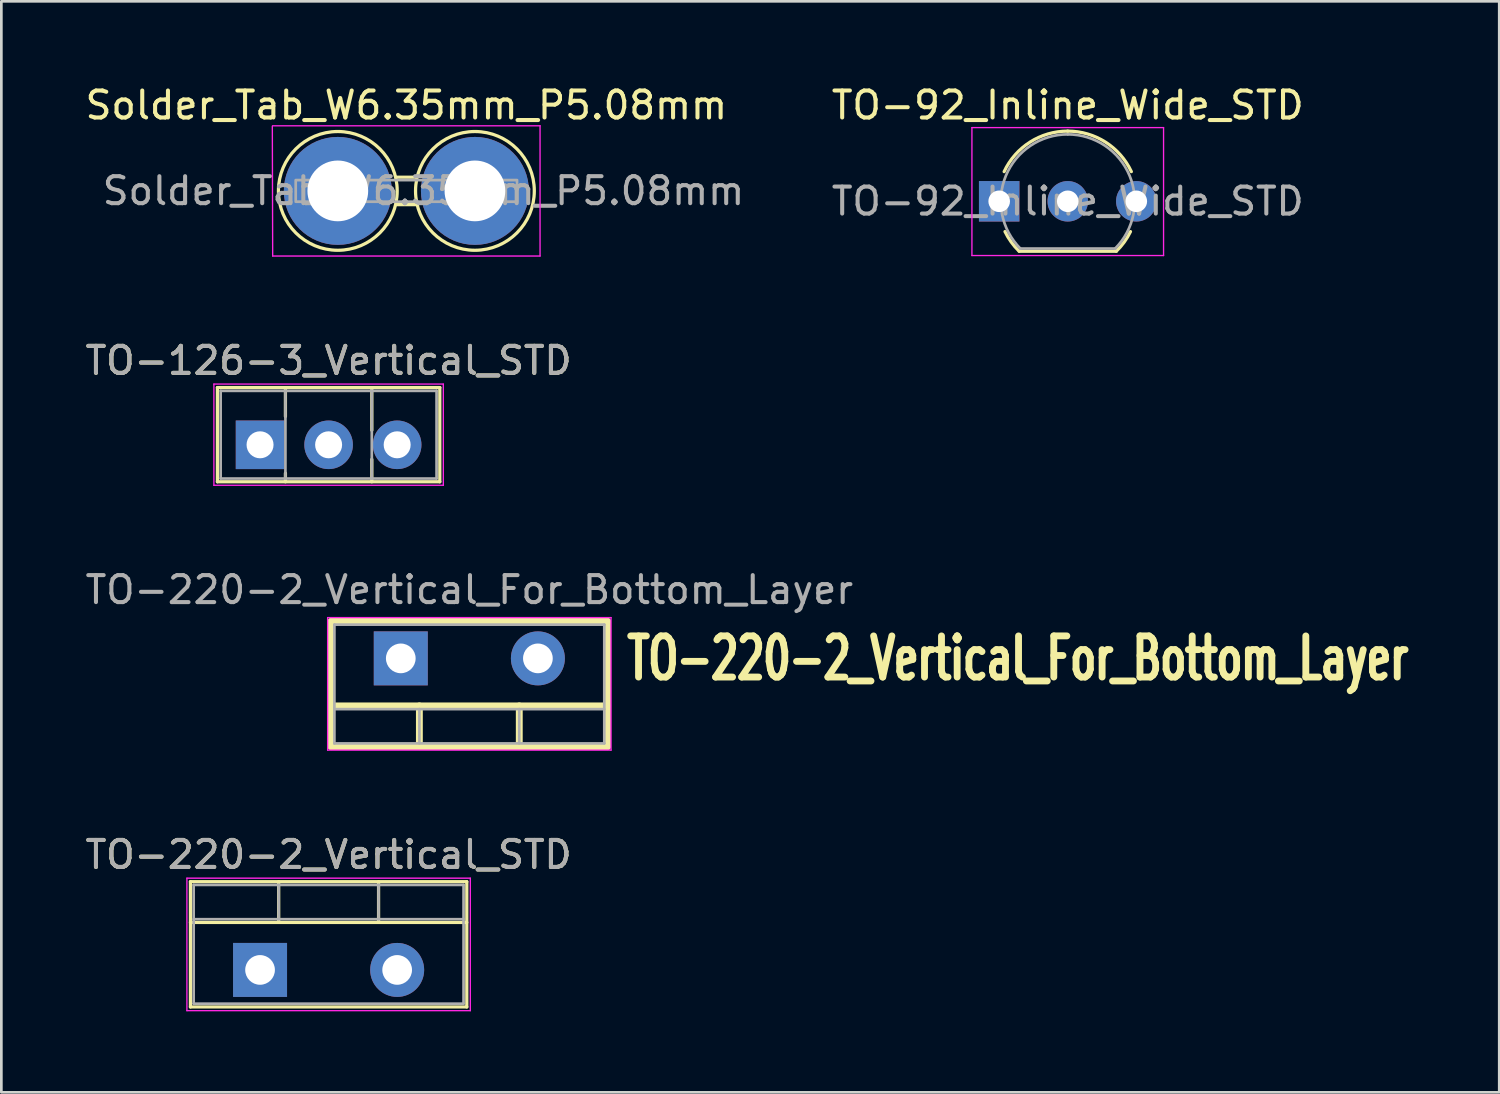
<source format=kicad_pcb>
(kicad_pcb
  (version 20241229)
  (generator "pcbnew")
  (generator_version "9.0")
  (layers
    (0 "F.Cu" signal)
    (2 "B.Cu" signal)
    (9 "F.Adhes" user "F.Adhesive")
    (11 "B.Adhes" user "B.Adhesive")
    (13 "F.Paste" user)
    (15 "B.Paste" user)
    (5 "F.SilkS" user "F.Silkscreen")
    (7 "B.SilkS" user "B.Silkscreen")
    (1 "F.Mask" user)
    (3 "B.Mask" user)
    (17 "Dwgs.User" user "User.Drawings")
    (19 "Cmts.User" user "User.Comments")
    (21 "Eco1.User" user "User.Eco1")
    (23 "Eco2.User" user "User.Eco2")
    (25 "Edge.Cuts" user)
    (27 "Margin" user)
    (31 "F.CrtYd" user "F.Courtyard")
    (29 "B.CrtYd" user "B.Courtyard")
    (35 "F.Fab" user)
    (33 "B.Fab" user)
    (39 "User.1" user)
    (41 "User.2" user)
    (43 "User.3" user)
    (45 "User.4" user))
  (footprint "TO-92_Inline_Wide_STD"
    (layer "F.Cu")
    (at 33.97 4.408)
    (property "Reference" "TO-92_Inline_Wide_STD" (at 2.54 -3.56 0) (layer "F.SilkS") (effects (font (size 1 1) (thickness 0.15))))
    (attr through_hole)
    (fp_line (start 0.74 1.85) (end 4.34 1.85) (stroke (width 0.12) (type solid)) (layer "F.SilkS"))
    (fp_arc (start 0.1836 -1.098807) (mid 1.143021 -2.192817) (end 2.54 -2.6) (stroke (width 0.12) (type solid)) (layer "F.SilkS"))
    (fp_arc (start 0.74 1.85) (mid 0.446097 1.509328) (end 0.215816 1.122795) (stroke (width 0.12) (type solid)) (layer "F.SilkS"))
    (fp_arc (start 2.54 -2.6) (mid 3.936979 -2.192818) (end 4.8964 -1.098807) (stroke (width 0.12) (type solid)) (layer "F.SilkS"))
    (fp_arc (start 4.864184 1.122795) (mid 4.633903 1.509328) (end 4.34 1.85) (stroke (width 0.12) (type solid)) (layer "F.SilkS"))
    (fp_line (start -1.01 -2.73) (end -1.01 2.01) (stroke (width 0.05) (type solid)) (layer "F.CrtYd"))
    (fp_line (start -1.01 -2.73) (end 6.09 -2.73) (stroke (width 0.05) (type solid)) (layer "F.CrtYd"))
    (fp_line (start 6.09 2.01) (end -1.01 2.01) (stroke (width 0.05) (type solid)) (layer "F.CrtYd"))
    (fp_line (start 6.09 2.01) (end 6.09 -2.73) (stroke (width 0.05) (type solid)) (layer "F.CrtYd"))
    (fp_line (start 0.8 1.75) (end 4.3 1.75) (stroke (width 0.1) (type solid)) (layer "F.Fab"))
    (fp_arc (start 0.786375 1.753625) (mid 0.248779 -0.949055) (end 2.54 -2.48) (stroke (width 0.1) (type solid)) (layer "F.Fab"))
    (fp_arc (start 2.54 -2.48) (mid 4.831221 -0.949055) (end 4.293625 1.753625) (stroke (width 0.1) (type solid)) (layer "F.Fab"))
    (fp_text user "${REFERENCE}" (at 2.54 0 0) (layer "F.Fab") (effects (font (size 1 1) (thickness 0.15))))
    (pad "1" thru_hole circle (at 5.08 0) (size 1.5 1.5) (drill 0.8) (layers "*.Cu" "*.Mask"))
    (pad "2" thru_hole circle (at 2.54 0) (size 1.5 1.5) (drill 0.8) (layers "*.Cu" "*.Mask"))
    (pad "3" thru_hole rect (at 0 0) (size 1.5 1.5) (drill 0.8) (layers "*.Cu" "*.Mask")))
  (footprint "TO-220-2_Vertical_STD"
    (layer "F.Cu")
    (at 6.585 32.886)
    (property "Reference" "TO-220-2_Vertical_STD" (at 2.54 -4.27 0) (layer "F.SilkS") (effects (font (size 1 1) (thickness 0.15))))
    (attr through_hole)
    (fp_line (start -2.58 -3.27) (end -2.58 1.371) (stroke (width 0.12) (type solid)) (layer "F.SilkS"))
    (fp_line (start -2.58 -3.27) (end 7.66 -3.27) (stroke (width 0.12) (type solid)) (layer "F.SilkS"))
    (fp_line (start -2.58 -1.76) (end 7.66 -1.76) (stroke (width 0.12) (type solid)) (layer "F.SilkS"))
    (fp_line (start -2.58 1.371) (end 7.66 1.371) (stroke (width 0.12) (type solid)) (layer "F.SilkS"))
    (fp_line (start 0.69 -3.27) (end 0.69 -1.76) (stroke (width 0.12) (type solid)) (layer "F.SilkS"))
    (fp_line (start 4.391 -3.27) (end 4.391 -1.76) (stroke (width 0.12) (type solid)) (layer "F.SilkS"))
    (fp_line (start 7.66 -3.27) (end 7.66 1.371) (stroke (width 0.12) (type solid)) (layer "F.SilkS"))
    (fp_line (start -2.71 -3.4) (end -2.71 1.51) (stroke (width 0.05) (type solid)) (layer "F.CrtYd"))
    (fp_line (start -2.71 1.51) (end 7.79 1.51) (stroke (width 0.05) (type solid)) (layer "F.CrtYd"))
    (fp_line (start 7.79 -3.4) (end -2.71 -3.4) (stroke (width 0.05) (type solid)) (layer "F.CrtYd"))
    (fp_line (start 7.79 1.51) (end 7.79 -3.4) (stroke (width 0.05) (type solid)) (layer "F.CrtYd"))
    (fp_line (start -2.46 -3.15) (end -2.46 1.25) (stroke (width 0.1) (type solid)) (layer "F.Fab"))
    (fp_line (start -2.46 -1.88) (end 7.54 -1.88) (stroke (width 0.1) (type solid)) (layer "F.Fab"))
    (fp_line (start -2.46 1.25) (end 7.54 1.25) (stroke (width 0.1) (type solid)) (layer "F.Fab"))
    (fp_line (start 0.69 -3.15) (end 0.69 -1.88) (stroke (width 0.1) (type solid)) (layer "F.Fab"))
    (fp_line (start 4.39 -3.15) (end 4.39 -1.88) (stroke (width 0.1) (type solid)) (layer "F.Fab"))
    (fp_line (start 7.54 -3.15) (end -2.46 -3.15) (stroke (width 0.1) (type solid)) (layer "F.Fab"))
    (fp_line (start 7.54 1.25) (end 7.54 -3.15) (stroke (width 0.1) (type solid)) (layer "F.Fab"))
    (fp_text user "${REFERENCE}" (at 2.54 -4.27 0) (layer "F.Fab") (effects (font (size 1 1) (thickness 0.15))))
    (pad "1" thru_hole rect (at 0 0) (size 2 2) (drill 1.1) (layers "*.Cu" "*.Mask"))
    (pad "2" thru_hole oval (at 5.08 0) (size 2 2) (drill 1.1) (layers "*.Cu" "*.Mask")))
  (footprint "TO-220-2_Vertical_For_Bottom_Layer"
    (layer "F.Cu")
    (at 11.799 21.343)
    (property "Reference" "TO-220-2_Vertical_For_Bottom_Layer" (at 8.255 0 0) (layer "F.SilkS") (effects (font (size 1.524 1.016) (thickness 0.254)) (justify left)))
    (attr through_hole)
    (fp_line (start -2.58 3.27) (end -2.58 -1.371) (stroke (width 0.254) (type solid)) (layer "F.SilkS"))
    (fp_line (start 0.689 3.27) (end 0.689 1.76) (stroke (width 0.254) (type solid)) (layer "F.SilkS"))
    (fp_line (start 4.39 3.27) (end 4.39 1.76) (stroke (width 0.254) (type solid)) (layer "F.SilkS"))
    (fp_line (start 7.66 -1.371) (end -2.58 -1.371) (stroke (width 0.254) (type solid)) (layer "F.SilkS"))
    (fp_line (start 7.66 1.76) (end -2.58 1.76) (stroke (width 0.254) (type solid)) (layer "F.SilkS"))
    (fp_line (start 7.66 3.27) (end -2.58 3.27) (stroke (width 0.254) (type solid)) (layer "F.SilkS"))
    (fp_line (start 7.66 3.27) (end 7.66 -1.371) (stroke (width 0.254) (type solid)) (layer "F.SilkS"))
    (fp_line (start -2.71 -1.51) (end -2.71 3.4) (stroke (width 0.05) (type solid)) (layer "F.CrtYd"))
    (fp_line (start -2.71 3.4) (end 7.79 3.4) (stroke (width 0.05) (type solid)) (layer "F.CrtYd"))
    (fp_line (start 7.79 -1.51) (end -2.71 -1.51) (stroke (width 0.05) (type solid)) (layer "F.CrtYd"))
    (fp_line (start 7.79 3.4) (end 7.79 -1.51) (stroke (width 0.05) (type solid)) (layer "F.CrtYd"))
    (fp_line (start -2.46 -1.25) (end -2.46 3.15) (stroke (width 0.1) (type solid)) (layer "F.Fab"))
    (fp_line (start -2.46 3.15) (end 7.54 3.15) (stroke (width 0.1) (type solid)) (layer "F.Fab"))
    (fp_line (start 0.69 3.15) (end 0.69 1.88) (stroke (width 0.1) (type solid)) (layer "F.Fab"))
    (fp_line (start 4.39 3.15) (end 4.39 1.88) (stroke (width 0.1) (type solid)) (layer "F.Fab"))
    (fp_line (start 7.54 -1.25) (end -2.46 -1.25) (stroke (width 0.1) (type solid)) (layer "F.Fab"))
    (fp_line (start 7.54 1.88) (end -2.46 1.88) (stroke (width 0.1) (type solid)) (layer "F.Fab"))
    (fp_line (start 7.54 3.15) (end 7.54 -1.25) (stroke (width 0.1) (type solid)) (layer "F.Fab"))
    (fp_text user "${REFERENCE}" (at 2.54 -2.54 0) (layer "F.Fab") (effects (font (size 1 1) (thickness 0.15))))
    (pad "1" thru_hole oval (at 5.08 0 180) (size 2 2) (drill 1.1) (layers "*.Cu" "*.Mask"))
    (pad "2" thru_hole rect (at 0 0 180) (size 2 2) (drill 1.1) (layers "*.Cu" "*.Mask")))
  (footprint "TO-126-3_Vertical_STD"
    (layer "F.Cu")
    (at 6.585 13.43)
    (property "Reference" "TO-126-3_Vertical_STD" (at 2.54 -3.12 0) (layer "F.SilkS") (effects (font (size 1 1) (thickness 0.15))))
    (attr through_hole)
    (fp_line (start -1.58 -2.12) (end -1.58 1.37) (stroke (width 0.12) (type solid)) (layer "F.SilkS"))
    (fp_line (start -1.58 -2.12) (end 6.66 -2.12) (stroke (width 0.12) (type solid)) (layer "F.SilkS"))
    (fp_line (start -1.58 1.37) (end 6.66 1.37) (stroke (width 0.12) (type solid)) (layer "F.SilkS"))
    (fp_line (start 0.94 -2.12) (end 0.94 -1.05) (stroke (width 0.12) (type solid)) (layer "F.SilkS"))
    (fp_line (start 0.94 1.05) (end 0.94 1.37) (stroke (width 0.12) (type solid)) (layer "F.SilkS"))
    (fp_line (start 4.141 -2.12) (end 4.141 -0.54) (stroke (width 0.12) (type solid)) (layer "F.SilkS"))
    (fp_line (start 4.141 0.54) (end 4.141 1.37) (stroke (width 0.12) (type solid)) (layer "F.SilkS"))
    (fp_line (start 6.66 -2.12) (end 6.66 1.37) (stroke (width 0.12) (type solid)) (layer "F.SilkS"))
    (fp_line (start -1.71 -2.25) (end -1.71 1.5) (stroke (width 0.05) (type solid)) (layer "F.CrtYd"))
    (fp_line (start -1.71 1.5) (end 6.79 1.5) (stroke (width 0.05) (type solid)) (layer "F.CrtYd"))
    (fp_line (start 6.79 -2.25) (end -1.71 -2.25) (stroke (width 0.05) (type solid)) (layer "F.CrtYd"))
    (fp_line (start 6.79 1.5) (end 6.79 -2.25) (stroke (width 0.05) (type solid)) (layer "F.CrtYd"))
    (fp_line (start -1.46 -2) (end -1.46 1.25) (stroke (width 0.1) (type solid)) (layer "F.Fab"))
    (fp_line (start -1.46 1.25) (end 6.54 1.25) (stroke (width 0.1) (type solid)) (layer "F.Fab"))
    (fp_line (start 0.94 -2) (end 0.94 1.25) (stroke (width 0.1) (type solid)) (layer "F.Fab"))
    (fp_line (start 4.14 -2) (end 4.14 1.25) (stroke (width 0.1) (type solid)) (layer "F.Fab"))
    (fp_line (start 6.54 -2) (end -1.46 -2) (stroke (width 0.1) (type solid)) (layer "F.Fab"))
    (fp_line (start 6.54 1.25) (end 6.54 -2) (stroke (width 0.1) (type solid)) (layer "F.Fab"))
    (fp_text user "${REFERENCE}" (at 2.54 -3.12 0) (layer "F.Fab") (effects (font (size 1 1) (thickness 0.15))))
    (pad "1" thru_hole oval (at 2.54 0) (size 1.8 1.8) (drill 1) (layers "*.Cu" "*.Mask"))
    (pad "2" thru_hole oval (at 5.08 0) (size 1.8 1.8) (drill 1) (layers "*.Cu" "*.Mask"))
    (pad "3" thru_hole rect (at 0 0) (size 1.8 1.8) (drill 1) (layers "*.Cu" "*.Mask")))
  (footprint "Solder_Tab_W6.35mm_P5.08mm"
    (layer "F.Cu")
    (at 9.466 4.023)
    (property "Reference" "Solder_Tab_W6.35mm_P5.08mm" (at 2.54 -3.175 0) (unlocked yes) (layer "F.SilkS") (effects (font (size 1 1) (thickness 0.15))))
    (attr smd)
    (fp_line (start 2.159 -0.508) (end 2.921 -0.508) (stroke (width 0.12) (type solid)) (layer "F.SilkS"))
    (fp_line (start 2.159 0.508) (end 2.921 0.508) (stroke (width 0.12) (type solid)) (layer "F.SilkS"))
    (fp_circle (center 0 0) (end 2.2 0) (stroke (width 0.12) (type solid)) (fill no) (layer "F.SilkS"))
    (fp_circle (center 5.08 0) (end 7.28 0) (stroke (width 0.12) (type solid)) (fill no) (layer "F.SilkS"))
    (fp_line (start -2.426 -2.4) (end -2.413 2.413) (stroke (width 0.05) (type solid)) (layer "F.CrtYd"))
    (fp_line (start -2.413 2.413) (end 7.493 2.413) (stroke (width 0.05) (type solid)) (layer "F.CrtYd"))
    (fp_line (start 7.493 -2.413) (end -2.413 -2.413) (stroke (width 0.05) (type solid)) (layer "F.CrtYd"))
    (fp_line (start 7.493 2.413) (end 7.493 -2.413) (stroke (width 0.05) (type solid)) (layer "F.CrtYd"))
    (fp_rect (start -1.56 0.4) (end 6.64 -0.4) (stroke (width 0.1) (type solid)) (fill no) (layer "F.Fab"))
    (fp_text user "${REFERENCE}" (at 3.175 0 0) (unlocked yes) (layer "F.Fab") (effects (font (size 1 1) (thickness 0.15))))
    (pad "1" thru_hole circle (at 0 0) (size 4 4) (drill 2.25) (layers "*.Cu" "*.Mask"))
    (pad "1" thru_hole circle (at 5.08 0) (size 4 4) (drill 2.25) (layers "*.Cu" "*.Mask")))
  (gr_rect
    (start -3 -3)
    (end 52.497 37.421)
    (stroke (width 0.1) (type default))
    (fill no)
    (layer "Edge.Cuts")))
</source>
